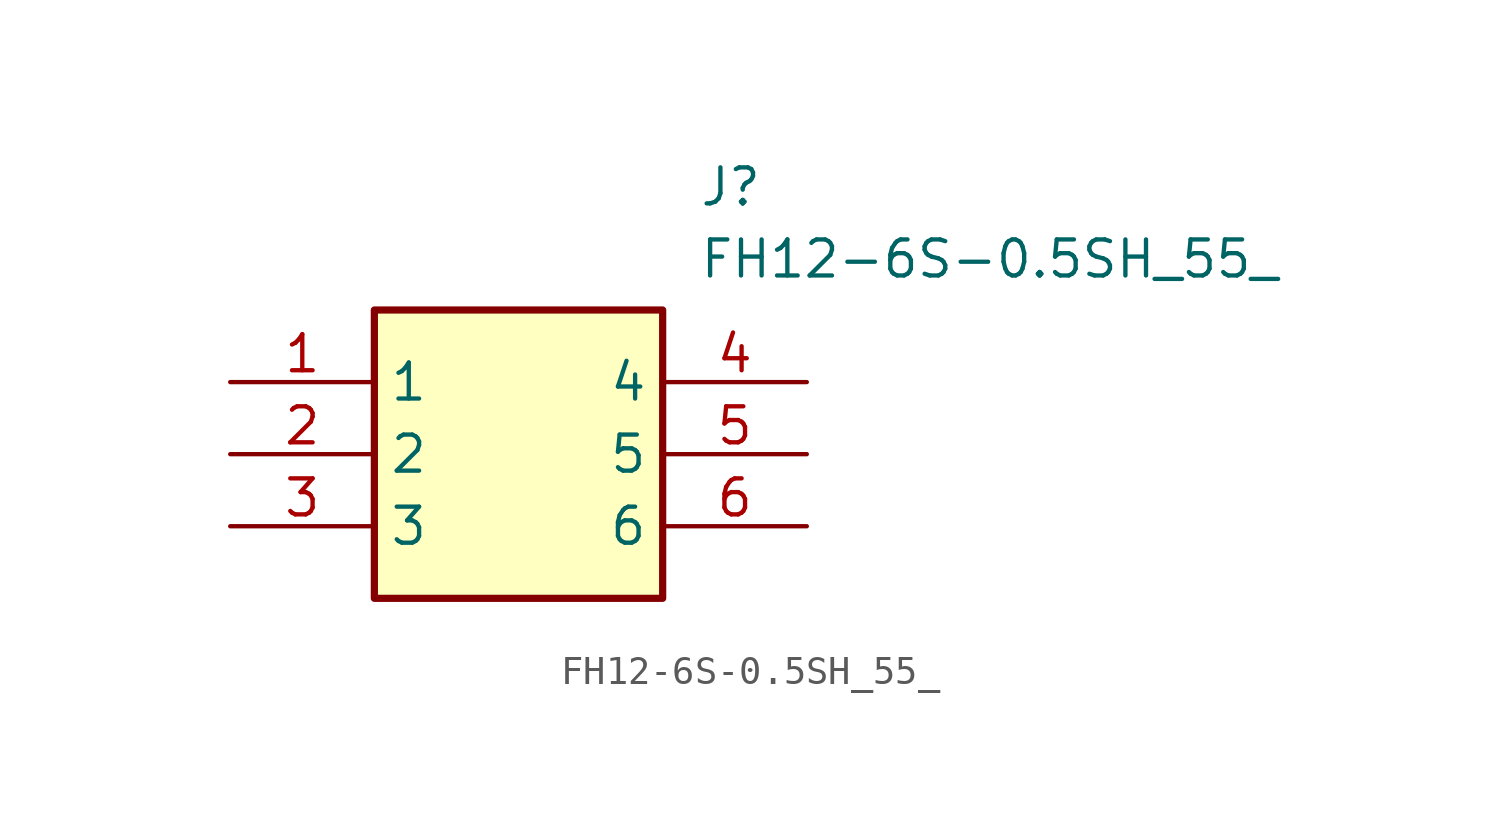
<source format=kicad_sym>
(kicad_symbol_lib
  (version 20211014)
  (generator SamacSys_ECAD_Model)
  (symbol "FH12-6S-0.5SH_55_"
    (property "Reference" "J"
      (at 16.51 7.62 0)
      (effects (font (size 1.27 1.27)) (justify left top)))
    (property "Value" "FH12-6S-0.5SH_55_"
      (at 16.51 5.08 0)
      (effects (font (size 1.27 1.27)) (justify left top)))
    (rectangle
      (start 5.08 2.54)
      (end 15.24 -7.62)
      (stroke (width 0.254) (type default))
      (fill (type background)))
    (pin passive line
      (at 0 0 0)
      (length 5.08)
      (name "1" (effects (font (size 1.27 1.27))))
      (number "1" (effects (font (size 1.27 1.27)))))
    (pin passive line
      (at 0 -2.54 0)
      (length 5.08)
      (name "2" (effects (font (size 1.27 1.27))))
      (number "2" (effects (font (size 1.27 1.27)))))
    (pin passive line
      (at 0 -5.08 0)
      (length 5.08)
      (name "3" (effects (font (size 1.27 1.27))))
      (number "3" (effects (font (size 1.27 1.27)))))
    (pin passive line
      (at 20.32 0 180)
      (length 5.08)
      (name "4" (effects (font (size 1.27 1.27))))
      (number "4" (effects (font (size 1.27 1.27)))))
    (pin passive line
      (at 20.32 -2.54 180)
      (length 5.08)
      (name "5" (effects (font (size 1.27 1.27))))
      (number "5" (effects (font (size 1.27 1.27)))))
    (pin passive line
      (at 20.32 -5.08 180)
      (length 5.08)
      (name "6" (effects (font (size 1.27 1.27))))
      (number "6" (effects (font (size 1.27 1.27)))))))
</source>
